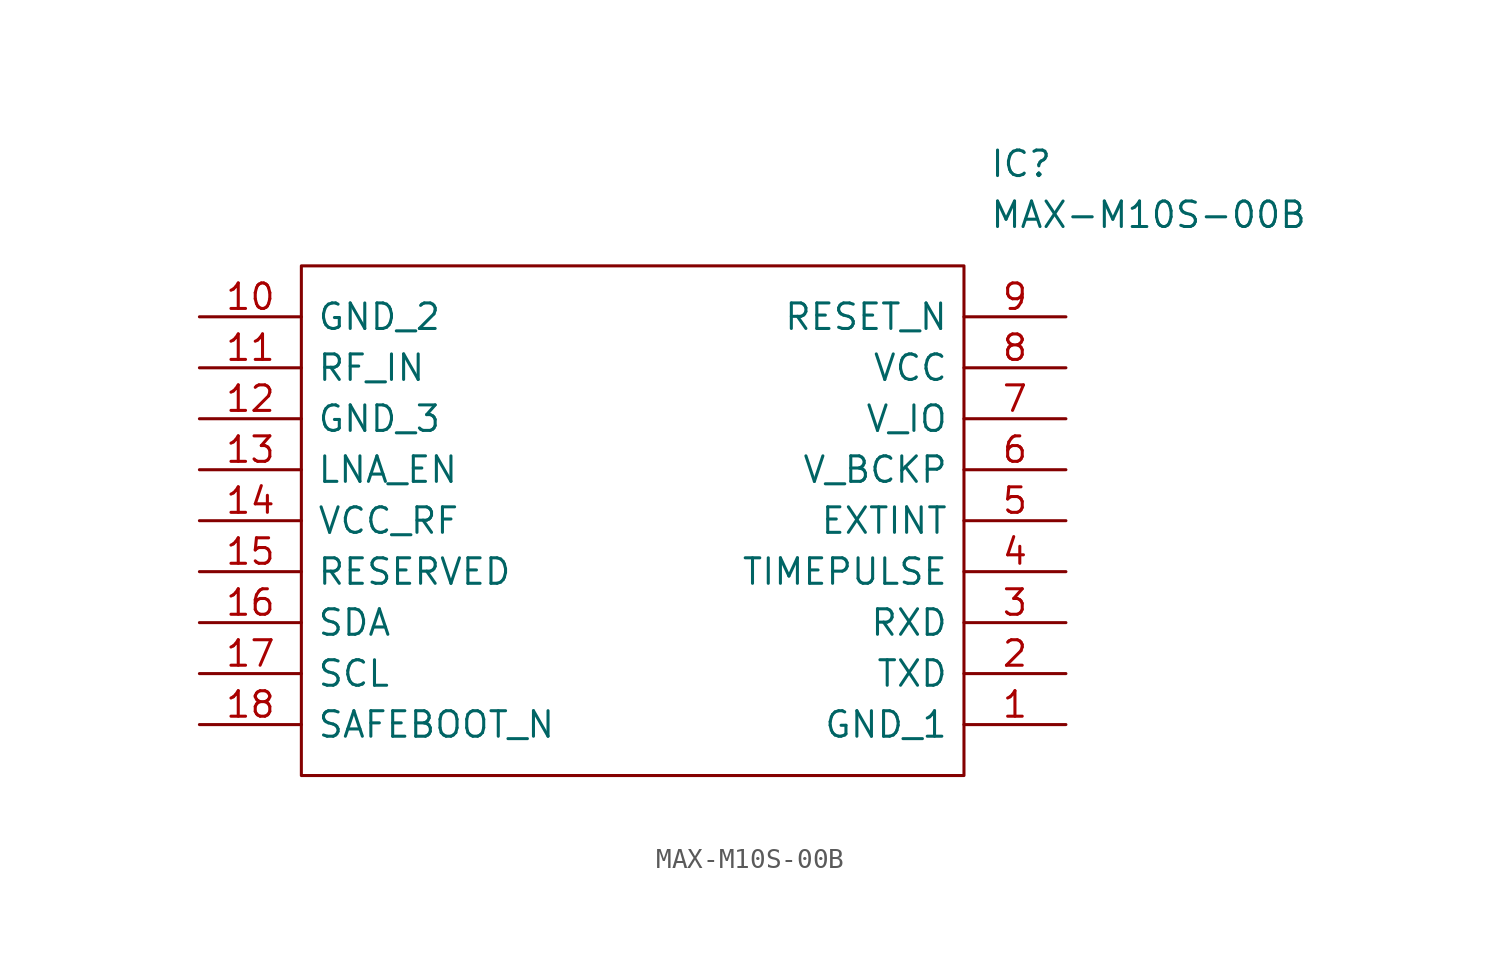
<source format=kicad_sym>
(kicad_symbol_lib
  (version 20211014)
  (generator kicad_symbol_editor)
  (symbol "MAX-M10S-00B"
    (pin_names
      (offset 0.762))
    (property "Reference" "IC"
      (at 39.37 7.62 0)
      (effects (font (size 1.27 1.27)) (justify left)))
    (property "Value" "MAX-M10S-00B"
      (at 39.37 5.08 0)
      (effects (font (size 1.27 1.27)) (justify left)))
    (symbol "MAX-M10S-00B_0_0"
      (pin passive line (at 43.18 -20.32 180) (length 5.08) (name "GND_1" (effects (font (size 1.27 1.27)))) (number "1" (effects (font (size 1.27 1.27)))))
      (pin passive line (at 0 0 0) (length 5.08) (name "GND_2" (effects (font (size 1.27 1.27)))) (number "10" (effects (font (size 1.27 1.27)))))
      (pin passive line (at 0 -2.54 0) (length 5.08) (name "RF_IN" (effects (font (size 1.27 1.27)))) (number "11" (effects (font (size 1.27 1.27)))))
      (pin passive line (at 0 -5.08 0) (length 5.08) (name "GND_3" (effects (font (size 1.27 1.27)))) (number "12" (effects (font (size 1.27 1.27)))))
      (pin passive line (at 0 -7.62 0) (length 5.08) (name "LNA_EN" (effects (font (size 1.27 1.27)))) (number "13" (effects (font (size 1.27 1.27)))))
      (pin passive line (at 0 -10.16 0) (length 5.08) (name "VCC_RF" (effects (font (size 1.27 1.27)))) (number "14" (effects (font (size 1.27 1.27)))))
      (pin passive line (at 0 -12.7 0) (length 5.08) (name "RESERVED" (effects (font (size 1.27 1.27)))) (number "15" (effects (font (size 1.27 1.27)))))
      (pin passive line (at 0 -15.24 0) (length 5.08) (name "SDA" (effects (font (size 1.27 1.27)))) (number "16" (effects (font (size 1.27 1.27)))))
      (pin passive line (at 0 -17.78 0) (length 5.08) (name "SCL" (effects (font (size 1.27 1.27)))) (number "17" (effects (font (size 1.27 1.27)))))
      (pin passive line (at 0 -20.32 0) (length 5.08) (name "SAFEBOOT_N" (effects (font (size 1.27 1.27)))) (number "18" (effects (font (size 1.27 1.27)))))
      (pin passive line (at 43.18 -17.78 180) (length 5.08) (name "TXD" (effects (font (size 1.27 1.27)))) (number "2" (effects (font (size 1.27 1.27)))))
      (pin passive line (at 43.18 -15.24 180) (length 5.08) (name "RXD" (effects (font (size 1.27 1.27)))) (number "3" (effects (font (size 1.27 1.27)))))
      (pin passive line (at 43.18 -12.7 180) (length 5.08) (name "TIMEPULSE" (effects (font (size 1.27 1.27)))) (number "4" (effects (font (size 1.27 1.27)))))
      (pin passive line (at 43.18 -10.16 180) (length 5.08) (name "EXTINT" (effects (font (size 1.27 1.27)))) (number "5" (effects (font (size 1.27 1.27)))))
      (pin passive line (at 43.18 -7.62 180) (length 5.08) (name "V_BCKP" (effects (font (size 1.27 1.27)))) (number "6" (effects (font (size 1.27 1.27)))))
      (pin passive line (at 43.18 -5.08 180) (length 5.08) (name "V_IO" (effects (font (size 1.27 1.27)))) (number "7" (effects (font (size 1.27 1.27)))))
      (pin passive line (at 43.18 -2.54 180) (length 5.08) (name "VCC" (effects (font (size 1.27 1.27)))) (number "8" (effects (font (size 1.27 1.27)))))
      (pin passive line (at 43.18 0 180) (length 5.08) (name "RESET_N" (effects (font (size 1.27 1.27)))) (number "9" (effects (font (size 1.27 1.27))))))
    (symbol "MAX-M10S-00B_0_1"
      (polyline (pts (xy 5.08 2.54) (xy 38.1 2.54) (xy 38.1 -22.86) (xy 5.08 -22.86) (xy 5.08 2.54)) (stroke (width 0.152) (type default) (color 0 0 0 0)) (fill (type none))))))
</source>
